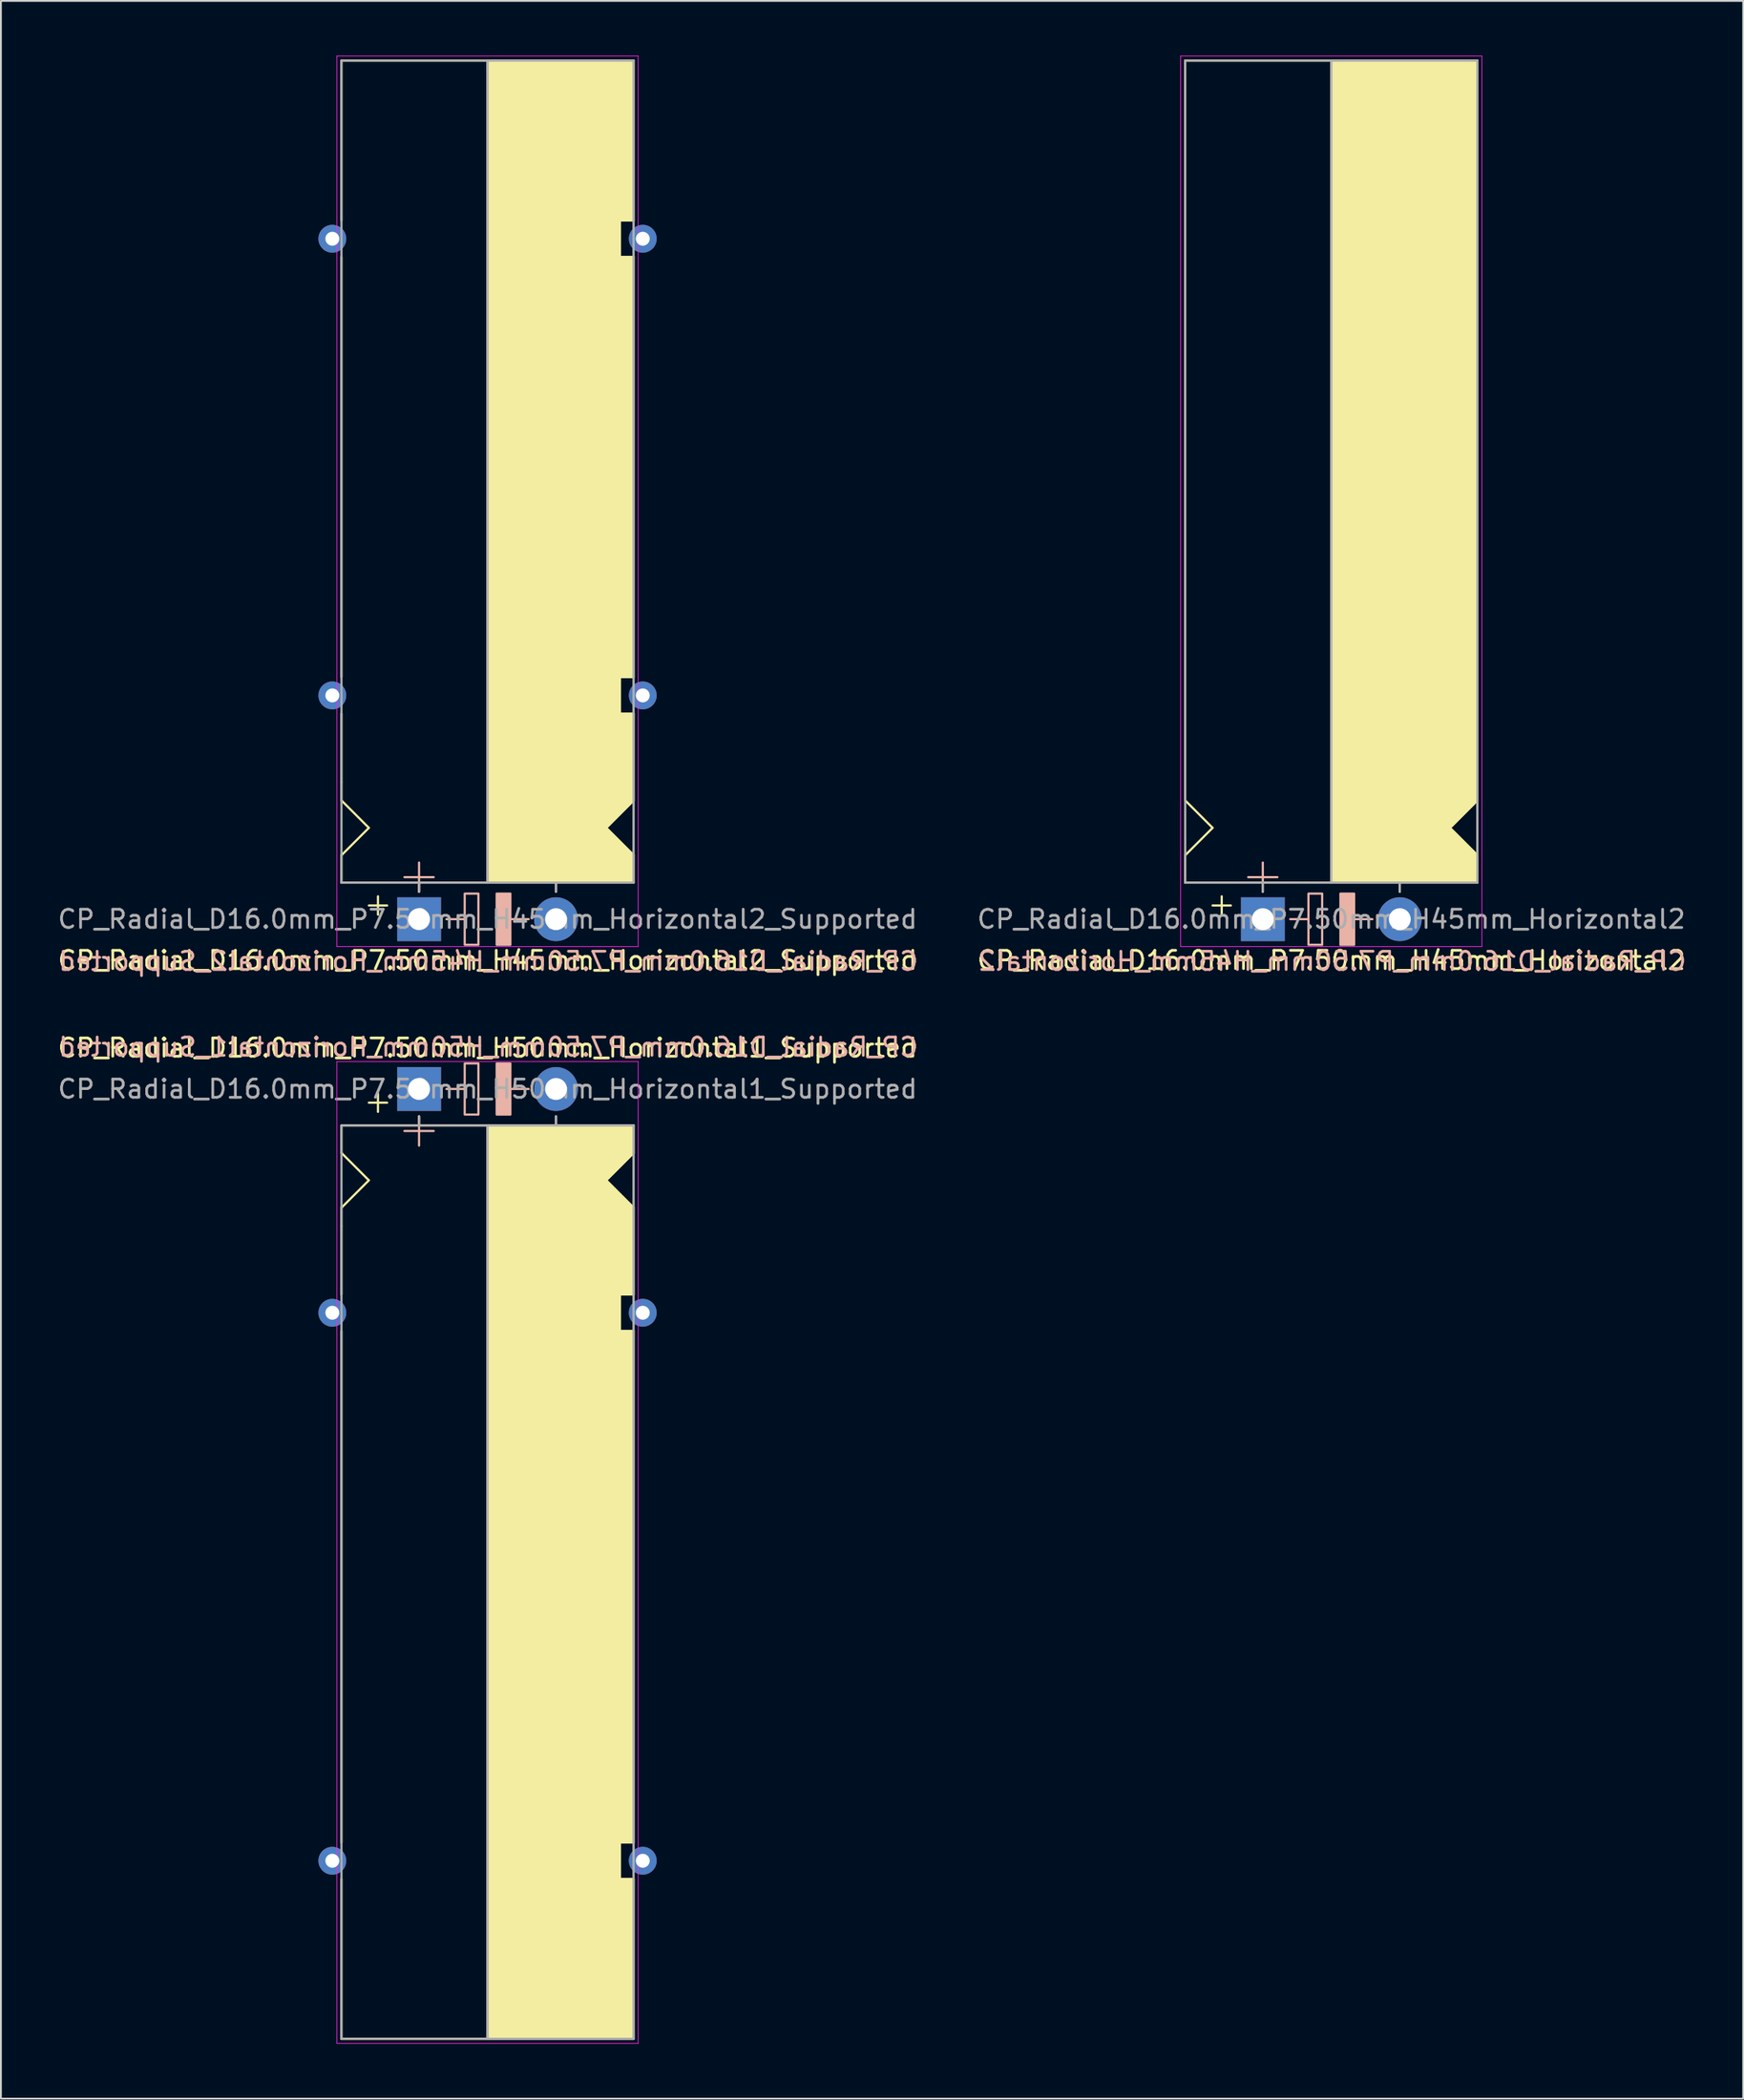
<source format=kicad_pcb>
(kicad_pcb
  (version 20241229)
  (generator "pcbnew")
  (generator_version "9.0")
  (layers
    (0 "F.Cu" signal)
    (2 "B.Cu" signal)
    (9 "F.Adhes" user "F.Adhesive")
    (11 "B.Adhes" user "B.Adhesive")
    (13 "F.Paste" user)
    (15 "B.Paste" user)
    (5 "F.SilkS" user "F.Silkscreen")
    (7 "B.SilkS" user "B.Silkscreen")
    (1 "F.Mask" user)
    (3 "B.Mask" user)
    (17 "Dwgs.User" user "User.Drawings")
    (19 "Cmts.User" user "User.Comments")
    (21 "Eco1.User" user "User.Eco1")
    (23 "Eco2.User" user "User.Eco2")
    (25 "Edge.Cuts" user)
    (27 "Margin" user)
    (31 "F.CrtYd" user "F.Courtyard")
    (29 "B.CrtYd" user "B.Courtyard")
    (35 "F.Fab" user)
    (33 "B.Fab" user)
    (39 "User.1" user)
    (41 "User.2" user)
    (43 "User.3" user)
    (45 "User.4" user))
  (footprint "CP_Radial_D16.0mm_P7.50mm_H45mm_Horizontal2"
    (layer "F.Cu")
    (at 66.104 47.27)
    (property "Reference" "CP_Radial_D16.0mm_P7.50mm_H45mm_Horizontal2" (at 3.75 2.25 0) (layer "F.SilkS") (effects (font (size 1 1) (thickness 0.15))))
    (fp_line (start -4.25 -7.5) (end -4.25 -47) (stroke (width 0.12) (type solid)) (layer "F.SilkS"))
    (fp_line (start -4.25 -6.5) (end -4.25 -7.5) (stroke (width 0.12) (type solid)) (layer "F.SilkS"))
    (fp_line (start -4.25 -3.5) (end -2.75 -5) (stroke (width 0.12) (type solid)) (layer "F.SilkS"))
    (fp_line (start -4.25 -2) (end -4.25 -3.5) (stroke (width 0.12) (type solid)) (layer "F.SilkS"))
    (fp_line (start -2.75 -5) (end -4.25 -6.5) (stroke (width 0.12) (type solid)) (layer "F.SilkS"))
    (fp_line (start -2.25 -1.25) (end -2.25 -0.25) (stroke (width 0.12) (type solid)) (layer "F.SilkS"))
    (fp_line (start -1.75 -0.75) (end -2.75 -0.75) (stroke (width 0.12) (type solid)) (layer "F.SilkS"))
    (fp_line (start 0 -1.5) (end 0 -2) (stroke (width 0.12) (type solid)) (layer "F.SilkS"))
    (fp_line (start 3.75 -2) (end -4.25 -2) (stroke (width 0.12) (type solid)) (layer "F.SilkS"))
    (fp_line (start 3.75 -2) (end 3.75 -47) (stroke (width 0.12) (type solid)) (layer "F.SilkS"))
    (fp_line (start 3.75 -2) (end 11.75 -2) (stroke (width 0.12) (type solid)) (layer "F.SilkS"))
    (fp_line (start 7.5 -1.5) (end 7.5 -2) (stroke (width 0.12) (type solid)) (layer "F.SilkS"))
    (fp_line (start 10.25 -5) (end 11.75 -6.5) (stroke (width 0.12) (type solid)) (layer "F.SilkS"))
    (fp_line (start 11.75 -47) (end -4.25 -47) (stroke (width 0.12) (type solid)) (layer "F.SilkS"))
    (fp_line (start 11.75 -47) (end 11.75 -6.5) (stroke (width 0.12) (type solid)) (layer "F.SilkS"))
    (fp_line (start 11.75 -3.5) (end 10.25 -5) (stroke (width 0.12) (type solid)) (layer "F.SilkS"))
    (fp_line (start 11.75 -2) (end 11.75 -3.5) (stroke (width 0.12) (type solid)) (layer "F.SilkS"))
    (fp_poly (pts (xy 11.75 -3.5) (xy 10.25 -5) (xy 11.75 -6.5) (xy 11.75 -47) (xy 3.75 -47) (xy 3.75 -2) (xy 11.75 -2)) (stroke (width 0.1) (type solid)) (fill yes) (layer "F.SilkS"))
    (fp_line (start 0 -3.1) (end 0 -1.5) (stroke (width 0.12) (type solid)) (layer "B.SilkS"))
    (fp_line (start 0.8 -2.3) (end -0.8 -2.3) (stroke (width 0.12) (type solid)) (layer "B.SilkS"))
    (fp_line (start 2.5 0) (end 1.5 0) (stroke (width 0.12) (type solid)) (layer "B.SilkS"))
    (fp_line (start 6 0) (end 5 0) (stroke (width 0.12) (type solid)) (layer "B.SilkS"))
    (fp_rect (start 2.5 -1.4) (end 3.25 1.4) (stroke (width 0.12) (type solid)) (fill no) (layer "B.SilkS"))
    (fp_rect (start 4.25 -1.4) (end 5 1.4) (stroke (width 0.12) (type solid)) (fill yes) (layer "B.SilkS"))
    (fp_line (start -4.5 -47.25) (end -4.5 1.5) (stroke (width 0.04) (type solid)) (layer "F.CrtYd"))
    (fp_line (start -4.5 1.5) (end 12 1.5) (stroke (width 0.04) (type solid)) (layer "F.CrtYd"))
    (fp_line (start 12 -47.25) (end -4.5 -47.25) (stroke (width 0.04) (type solid)) (layer "F.CrtYd"))
    (fp_line (start 12 1.5) (end 12 -47.25) (stroke (width 0.04) (type solid)) (layer "F.CrtYd"))
    (fp_line (start -4.25 -47) (end 11.75 -47) (stroke (width 0.12) (type solid)) (layer "F.Fab"))
    (fp_line (start -4.25 -2) (end -4.25 -47) (stroke (width 0.12) (type solid)) (layer "F.Fab"))
    (fp_line (start 0 -2) (end -4.25 -2) (stroke (width 0.12) (type solid)) (layer "F.Fab"))
    (fp_line (start 0 -1.5) (end 0 -2) (stroke (width 0.12) (type solid)) (layer "F.Fab"))
    (fp_line (start 3.75 -2) (end 3.75 -47) (stroke (width 0.12) (type solid)) (layer "F.Fab"))
    (fp_line (start 7.5 -1.5) (end 7.5 -2) (stroke (width 0.12) (type solid)) (layer "F.Fab"))
    (fp_line (start 11.75 -47) (end 11.75 -2) (stroke (width 0.12) (type solid)) (layer "F.Fab"))
    (fp_line (start 11.75 -2) (end 0 -2) (stroke (width 0.12) (type solid)) (layer "F.Fab"))
    (fp_poly (pts (xy 11.75 -47) (xy 3.75 -47) (xy 3.75 -2) (xy 11.75 -2)) (stroke (width 0.1) (type solid)) (fill no) (layer "F.Fab"))
    (fp_text user "${REFERENCE}" (at 3.8 2.3 0) (layer "B.SilkS") (effects (font (size 1 1) (thickness 0.15)) (justify mirror)))
    (fp_text user "${REFERENCE}" (at 3.75 0 0) (layer "F.Fab") (effects (font (size 1 1) (thickness 0.15))))
    (pad "1" thru_hole rect (at 0 0) (size 2.4 2.4) (drill 1.2) (layers "*.Cu" "*.Mask"))
    (pad "2" thru_hole circle (at 7.5 0) (size 2.4 2.4) (drill 1.2) (layers "*.Cu" "*.Mask")))
  (footprint "CP_Radial_D16.0mm_P7.50mm_H45mm_Horizontal2_Supported"
    (layer "F.Cu")
    (at 19.899 47.27)
    (property "Reference" "CP_Radial_D16.0mm_P7.50mm_H45mm_Horizontal2_Supported" (at 3.75 2.25 0) (layer "F.SilkS") (effects (font (size 1 1) (thickness 0.15))))
    (fp_line (start -4.25 -38.25) (end -4.25 -47) (stroke (width 0.12) (type solid)) (layer "F.SilkS"))
    (fp_line (start -4.25 -36.25) (end -4.25 -13.25) (stroke (width 0.12) (type solid)) (layer "F.SilkS"))
    (fp_line (start -4.25 -7.5) (end -4.25 -11.25) (stroke (width 0.12) (type solid)) (layer "F.SilkS"))
    (fp_line (start -4.25 -6.5) (end -4.25 -7.5) (stroke (width 0.12) (type solid)) (layer "F.SilkS"))
    (fp_line (start -4.25 -3.5) (end -2.75 -5) (stroke (width 0.12) (type solid)) (layer "F.SilkS"))
    (fp_line (start -4.25 -2) (end -4.25 -3.5) (stroke (width 0.12) (type solid)) (layer "F.SilkS"))
    (fp_line (start -2.75 -5) (end -4.25 -6.5) (stroke (width 0.12) (type solid)) (layer "F.SilkS"))
    (fp_line (start -2.25 -1.25) (end -2.25 -0.25) (stroke (width 0.12) (type solid)) (layer "F.SilkS"))
    (fp_line (start -1.75 -0.75) (end -2.75 -0.75) (stroke (width 0.12) (type solid)) (layer "F.SilkS"))
    (fp_line (start 0 -1.5) (end 0 -2) (stroke (width 0.12) (type solid)) (layer "F.SilkS"))
    (fp_line (start 3.75 -2) (end -4.25 -2) (stroke (width 0.12) (type solid)) (layer "F.SilkS"))
    (fp_line (start 3.75 -2) (end 3.75 -47) (stroke (width 0.12) (type solid)) (layer "F.SilkS"))
    (fp_line (start 3.75 -2) (end 11.75 -2) (stroke (width 0.12) (type solid)) (layer "F.SilkS"))
    (fp_line (start 7.5 -1.5) (end 7.5 -2) (stroke (width 0.12) (type solid)) (layer "F.SilkS"))
    (fp_line (start 10.25 -5) (end 11.75 -6.5) (stroke (width 0.12) (type solid)) (layer "F.SilkS"))
    (fp_line (start 11 -38.25) (end 11 -36.25) (stroke (width 0.12) (type solid)) (layer "F.SilkS"))
    (fp_line (start 11 -36.25) (end 11.75 -36.25) (stroke (width 0.12) (type solid)) (layer "F.SilkS"))
    (fp_line (start 11 -13.25) (end 11 -11.25) (stroke (width 0.12) (type solid)) (layer "F.SilkS"))
    (fp_line (start 11 -11.25) (end 11.75 -11.25) (stroke (width 0.12) (type solid)) (layer "F.SilkS"))
    (fp_line (start 11.75 -47) (end -4.25 -47) (stroke (width 0.12) (type solid)) (layer "F.SilkS"))
    (fp_line (start 11.75 -47) (end 11.75 -38.25) (stroke (width 0.12) (type solid)) (layer "F.SilkS"))
    (fp_line (start 11.75 -38.25) (end 11 -38.25) (stroke (width 0.12) (type solid)) (layer "F.SilkS"))
    (fp_line (start 11.75 -13.25) (end 11 -13.25) (stroke (width 0.12) (type solid)) (layer "F.SilkS"))
    (fp_line (start 11.75 -13.25) (end 11.75 -36.25) (stroke (width 0.12) (type solid)) (layer "F.SilkS"))
    (fp_line (start 11.75 -11.25) (end 11.75 -6.5) (stroke (width 0.12) (type solid)) (layer "F.SilkS"))
    (fp_line (start 11.75 -3.5) (end 10.25 -5) (stroke (width 0.12) (type solid)) (layer "F.SilkS"))
    (fp_line (start 11.75 -2) (end 11.75 -3.5) (stroke (width 0.12) (type solid)) (layer "F.SilkS"))
    (fp_poly (pts (xy 11.75 -3.5) (xy 10.25 -5) (xy 11.75 -6.5) (xy 11.75 -11.25) (xy 11 -11.25) (xy 11 -13.25) (xy 11.75 -13.25) (xy 11.75 -36.25) (xy 11 -36.25) (xy 11 -38.25) (xy 11.75 -38.25) (xy 11.75 -47) (xy 3.75 -47) (xy 3.75 -2) (xy 11.75 -2)) (stroke (width 0.1) (type solid)) (fill yes) (layer "F.SilkS"))
    (fp_line (start 0 -3.1) (end 0 -1.5) (stroke (width 0.12) (type solid)) (layer "B.SilkS"))
    (fp_line (start 0.8 -2.3) (end -0.8 -2.3) (stroke (width 0.12) (type solid)) (layer "B.SilkS"))
    (fp_line (start 2.5 0) (end 1.5 0) (stroke (width 0.12) (type solid)) (layer "B.SilkS"))
    (fp_line (start 6 0) (end 5 0) (stroke (width 0.12) (type solid)) (layer "B.SilkS"))
    (fp_rect (start 2.5 -1.4) (end 3.25 1.4) (stroke (width 0.12) (type solid)) (fill no) (layer "B.SilkS"))
    (fp_rect (start 4.25 -1.4) (end 5 1.4) (stroke (width 0.12) (type solid)) (fill yes) (layer "B.SilkS"))
    (fp_line (start -4.5 -47.25) (end -4.5 1.5) (stroke (width 0.04) (type solid)) (layer "F.CrtYd"))
    (fp_line (start -4.5 1.5) (end 12 1.5) (stroke (width 0.04) (type solid)) (layer "F.CrtYd"))
    (fp_line (start 12 -47.25) (end -4.5 -47.25) (stroke (width 0.04) (type solid)) (layer "F.CrtYd"))
    (fp_line (start 12 1.5) (end 12 -47.25) (stroke (width 0.04) (type solid)) (layer "F.CrtYd"))
    (fp_line (start -4.25 -47) (end 11.75 -47) (stroke (width 0.12) (type solid)) (layer "F.Fab"))
    (fp_line (start -4.25 -2) (end -4.25 -47) (stroke (width 0.12) (type solid)) (layer "F.Fab"))
    (fp_line (start 0 -2) (end -4.25 -2) (stroke (width 0.12) (type solid)) (layer "F.Fab"))
    (fp_line (start 0 -1.5) (end 0 -2) (stroke (width 0.12) (type solid)) (layer "F.Fab"))
    (fp_line (start 3.75 -2) (end 3.75 -47) (stroke (width 0.12) (type solid)) (layer "F.Fab"))
    (fp_line (start 7.5 -1.5) (end 7.5 -2) (stroke (width 0.12) (type solid)) (layer "F.Fab"))
    (fp_line (start 11.75 -47) (end 11.75 -2) (stroke (width 0.12) (type solid)) (layer "F.Fab"))
    (fp_line (start 11.75 -2) (end 0 -2) (stroke (width 0.12) (type solid)) (layer "F.Fab"))
    (fp_poly (pts (xy 11.75 -47) (xy 3.75 -47) (xy 3.75 -2) (xy 11.75 -2)) (stroke (width 0.1) (type solid)) (fill no) (layer "F.Fab"))
    (fp_text user "${REFERENCE}" (at 3.8 2.3 0) (layer "B.SilkS") (effects (font (size 1 1) (thickness 0.15)) (justify mirror)))
    (fp_text user "${REFERENCE}" (at 3.75 0 0) (layer "F.Fab") (effects (font (size 1 1) (thickness 0.15))))
    (pad "1" thru_hole rect (at 0 0) (size 2.4 2.4) (drill 1.2) (layers "*.Cu" "*.Mask"))
    (pad "2" thru_hole circle (at 7.5 0) (size 2.4 2.4) (drill 1.2) (layers "*.Cu" "*.Mask"))
    (pad "~" thru_hole circle (at -4.75 -37.25 180) (size 1.524 1.524) (drill 0.762) (layers "*.Cu" "*.Mask"))
    (pad "~" thru_hole circle (at -4.75 -12.25 180) (size 1.524 1.524) (drill 0.762) (layers "*.Cu" "*.Mask"))
    (pad "~" thru_hole circle (at 12.25 -37.25 180) (size 1.524 1.524) (drill 0.762) (layers "*.Cu" "*.Mask"))
    (pad "~" thru_hole circle (at 12.25 -12.25 180) (size 1.524 1.524) (drill 0.762) (layers "*.Cu" "*.Mask")))
  (footprint "CP_Radial_D16.0mm_P7.50mm_H50mm_Horizontal1_Supported"
    (layer "F.Cu")
    (at 19.899 56.566)
    (property "Reference" "CP_Radial_D16.0mm_P7.50mm_H50mm_Horizontal1_Supported" (at 3.75 -2.25 0) (layer "F.SilkS") (effects (font (size 1 1) (thickness 0.15))))
    (fp_line (start -4.25 2) (end -4.25 3.5) (stroke (width 0.12) (type solid)) (layer "F.SilkS"))
    (fp_line (start -4.25 3.5) (end -2.75 5) (stroke (width 0.12) (type solid)) (layer "F.SilkS"))
    (fp_line (start -4.25 6.5) (end -4.25 7.5) (stroke (width 0.12) (type solid)) (layer "F.SilkS"))
    (fp_line (start -4.25 7.5) (end -4.25 11.25) (stroke (width 0.12) (type solid)) (layer "F.SilkS"))
    (fp_line (start -4.25 41.25) (end -4.25 13.25) (stroke (width 0.12) (type solid)) (layer "F.SilkS"))
    (fp_line (start -4.25 43.25) (end -4.25 52) (stroke (width 0.12) (type solid)) (layer "F.SilkS"))
    (fp_line (start -2.75 5) (end -4.25 6.5) (stroke (width 0.12) (type solid)) (layer "F.SilkS"))
    (fp_line (start -2.25 0.25) (end -2.25 1.25) (stroke (width 0.12) (type solid)) (layer "F.SilkS"))
    (fp_line (start -1.75 0.75) (end -2.75 0.75) (stroke (width 0.12) (type solid)) (layer "F.SilkS"))
    (fp_line (start 0 1.5) (end 0 2) (stroke (width 0.12) (type solid)) (layer "F.SilkS"))
    (fp_line (start 3.75 2) (end -4.25 2) (stroke (width 0.12) (type solid)) (layer "F.SilkS"))
    (fp_line (start 3.75 2) (end 3.75 52) (stroke (width 0.12) (type solid)) (layer "F.SilkS"))
    (fp_line (start 3.75 2) (end 11.75 2) (stroke (width 0.12) (type solid)) (layer "F.SilkS"))
    (fp_line (start 7.5 1.5) (end 7.5 2) (stroke (width 0.12) (type solid)) (layer "F.SilkS"))
    (fp_line (start 10.25 5) (end 11.75 6.5) (stroke (width 0.12) (type solid)) (layer "F.SilkS"))
    (fp_line (start 11 11.25) (end 11.75 11.25) (stroke (width 0.12) (type solid)) (layer "F.SilkS"))
    (fp_line (start 11 13.25) (end 11 11.25) (stroke (width 0.12) (type solid)) (layer "F.SilkS"))
    (fp_line (start 11 41.25) (end 11.75 41.25) (stroke (width 0.12) (type solid)) (layer "F.SilkS"))
    (fp_line (start 11 43.25) (end 11 41.25) (stroke (width 0.12) (type solid)) (layer "F.SilkS"))
    (fp_line (start 11.75 2) (end 11.75 3.5) (stroke (width 0.12) (type solid)) (layer "F.SilkS"))
    (fp_line (start 11.75 3.5) (end 10.25 5) (stroke (width 0.12) (type solid)) (layer "F.SilkS"))
    (fp_line (start 11.75 11.25) (end 11.75 6.5) (stroke (width 0.12) (type solid)) (layer "F.SilkS"))
    (fp_line (start 11.75 13.25) (end 11 13.25) (stroke (width 0.12) (type solid)) (layer "F.SilkS"))
    (fp_line (start 11.75 13.25) (end 11.75 41.25) (stroke (width 0.12) (type solid)) (layer "F.SilkS"))
    (fp_line (start 11.75 43.25) (end 11 43.25) (stroke (width 0.12) (type solid)) (layer "F.SilkS"))
    (fp_line (start 11.75 52) (end -4.25 52) (stroke (width 0.12) (type solid)) (layer "F.SilkS"))
    (fp_line (start 11.75 52) (end 11.75 43.25) (stroke (width 0.12) (type solid)) (layer "F.SilkS"))
    (fp_poly (pts (xy 11.75 3.5) (xy 10.25 5) (xy 11.75 6.5) (xy 11.75 11.25) (xy 11 11.25) (xy 11 13.25) (xy 11.75 13.25) (xy 11.75 41.25) (xy 11 41.25) (xy 11 43.25) (xy 11.75 43.25) (xy 11.75 52) (xy 3.75 52) (xy 3.75 2) (xy 11.75 2)) (stroke (width 0.1) (type solid)) (fill yes) (layer "F.SilkS"))
    (fp_line (start 0 1.5) (end 0 3.1) (stroke (width 0.12) (type solid)) (layer "B.SilkS"))
    (fp_line (start 0.8 2.3) (end -0.8 2.3) (stroke (width 0.12) (type solid)) (layer "B.SilkS"))
    (fp_line (start 2.5 0) (end 1.5 0) (stroke (width 0.12) (type solid)) (layer "B.SilkS"))
    (fp_line (start 6 0) (end 5 0) (stroke (width 0.12) (type solid)) (layer "B.SilkS"))
    (fp_rect (start 2.5 -1.4) (end 3.25 1.4) (stroke (width 0.12) (type solid)) (fill no) (layer "B.SilkS"))
    (fp_rect (start 4.25 -1.4) (end 5 1.4) (stroke (width 0.12) (type solid)) (fill yes) (layer "B.SilkS"))
    (fp_line (start -4.5 -1.5) (end 12 -1.5) (stroke (width 0.04) (type solid)) (layer "F.CrtYd"))
    (fp_line (start -4.5 52.25) (end -4.5 -1.5) (stroke (width 0.04) (type solid)) (layer "F.CrtYd"))
    (fp_line (start 12 -1.5) (end 12 52.25) (stroke (width 0.04) (type solid)) (layer "F.CrtYd"))
    (fp_line (start 12 52.25) (end -4.5 52.25) (stroke (width 0.04) (type solid)) (layer "F.CrtYd"))
    (fp_line (start -4.25 2) (end -4.25 52) (stroke (width 0.12) (type solid)) (layer "F.Fab"))
    (fp_line (start -4.25 52) (end 11.75 52) (stroke (width 0.12) (type solid)) (layer "F.Fab"))
    (fp_line (start 0 1.5) (end 0 2) (stroke (width 0.12) (type solid)) (layer "F.Fab"))
    (fp_line (start 0 2) (end -4.25 2) (stroke (width 0.12) (type solid)) (layer "F.Fab"))
    (fp_line (start 3.75 2) (end 3.75 52) (stroke (width 0.12) (type solid)) (layer "F.Fab"))
    (fp_line (start 7.5 1.5) (end 7.5 2) (stroke (width 0.12) (type solid)) (layer "F.Fab"))
    (fp_line (start 11.75 2) (end 0 2) (stroke (width 0.12) (type solid)) (layer "F.Fab"))
    (fp_line (start 11.75 52) (end 11.75 2) (stroke (width 0.12) (type solid)) (layer "F.Fab"))
    (fp_poly (pts (xy 11.75 52) (xy 3.75 52) (xy 3.75 2) (xy 11.75 2)) (stroke (width 0.1) (type solid)) (fill no) (layer "F.Fab"))
    (fp_text user "${REFERENCE}" (at 3.8 -2.3 0) (layer "B.SilkS") (effects (font (size 1 1) (thickness 0.15)) (justify mirror)))
    (fp_text user "${REFERENCE}" (at 3.75 0 0) (layer "F.Fab") (effects (font (size 1 1) (thickness 0.15))))
    (pad "1" thru_hole rect (at 0 0) (size 2.4 2.4) (drill 1.2) (layers "*.Cu" "*.Mask"))
    (pad "2" thru_hole circle (at 7.5 0) (size 2.4 2.4) (drill 1.2) (layers "*.Cu" "*.Mask"))
    (pad "~" thru_hole circle (at -4.75 12.25) (size 1.524 1.524) (drill 0.762) (layers "*.Cu" "*.Mask"))
    (pad "~" thru_hole circle (at -4.75 42.25) (size 1.524 1.524) (drill 0.762) (layers "*.Cu" "*.Mask"))
    (pad "~" thru_hole circle (at 12.25 12.25) (size 1.524 1.524) (drill 0.762) (layers "*.Cu" "*.Mask"))
    (pad "~" thru_hole circle (at 12.25 42.25) (size 1.524 1.524) (drill 0.762) (layers "*.Cu" "*.Mask")))
  (gr_rect
    (start -3 -3)
    (end 92.41 111.837)
    (stroke (width 0.1) (type default))
    (fill no)
    (layer "Edge.Cuts")))
</source>
